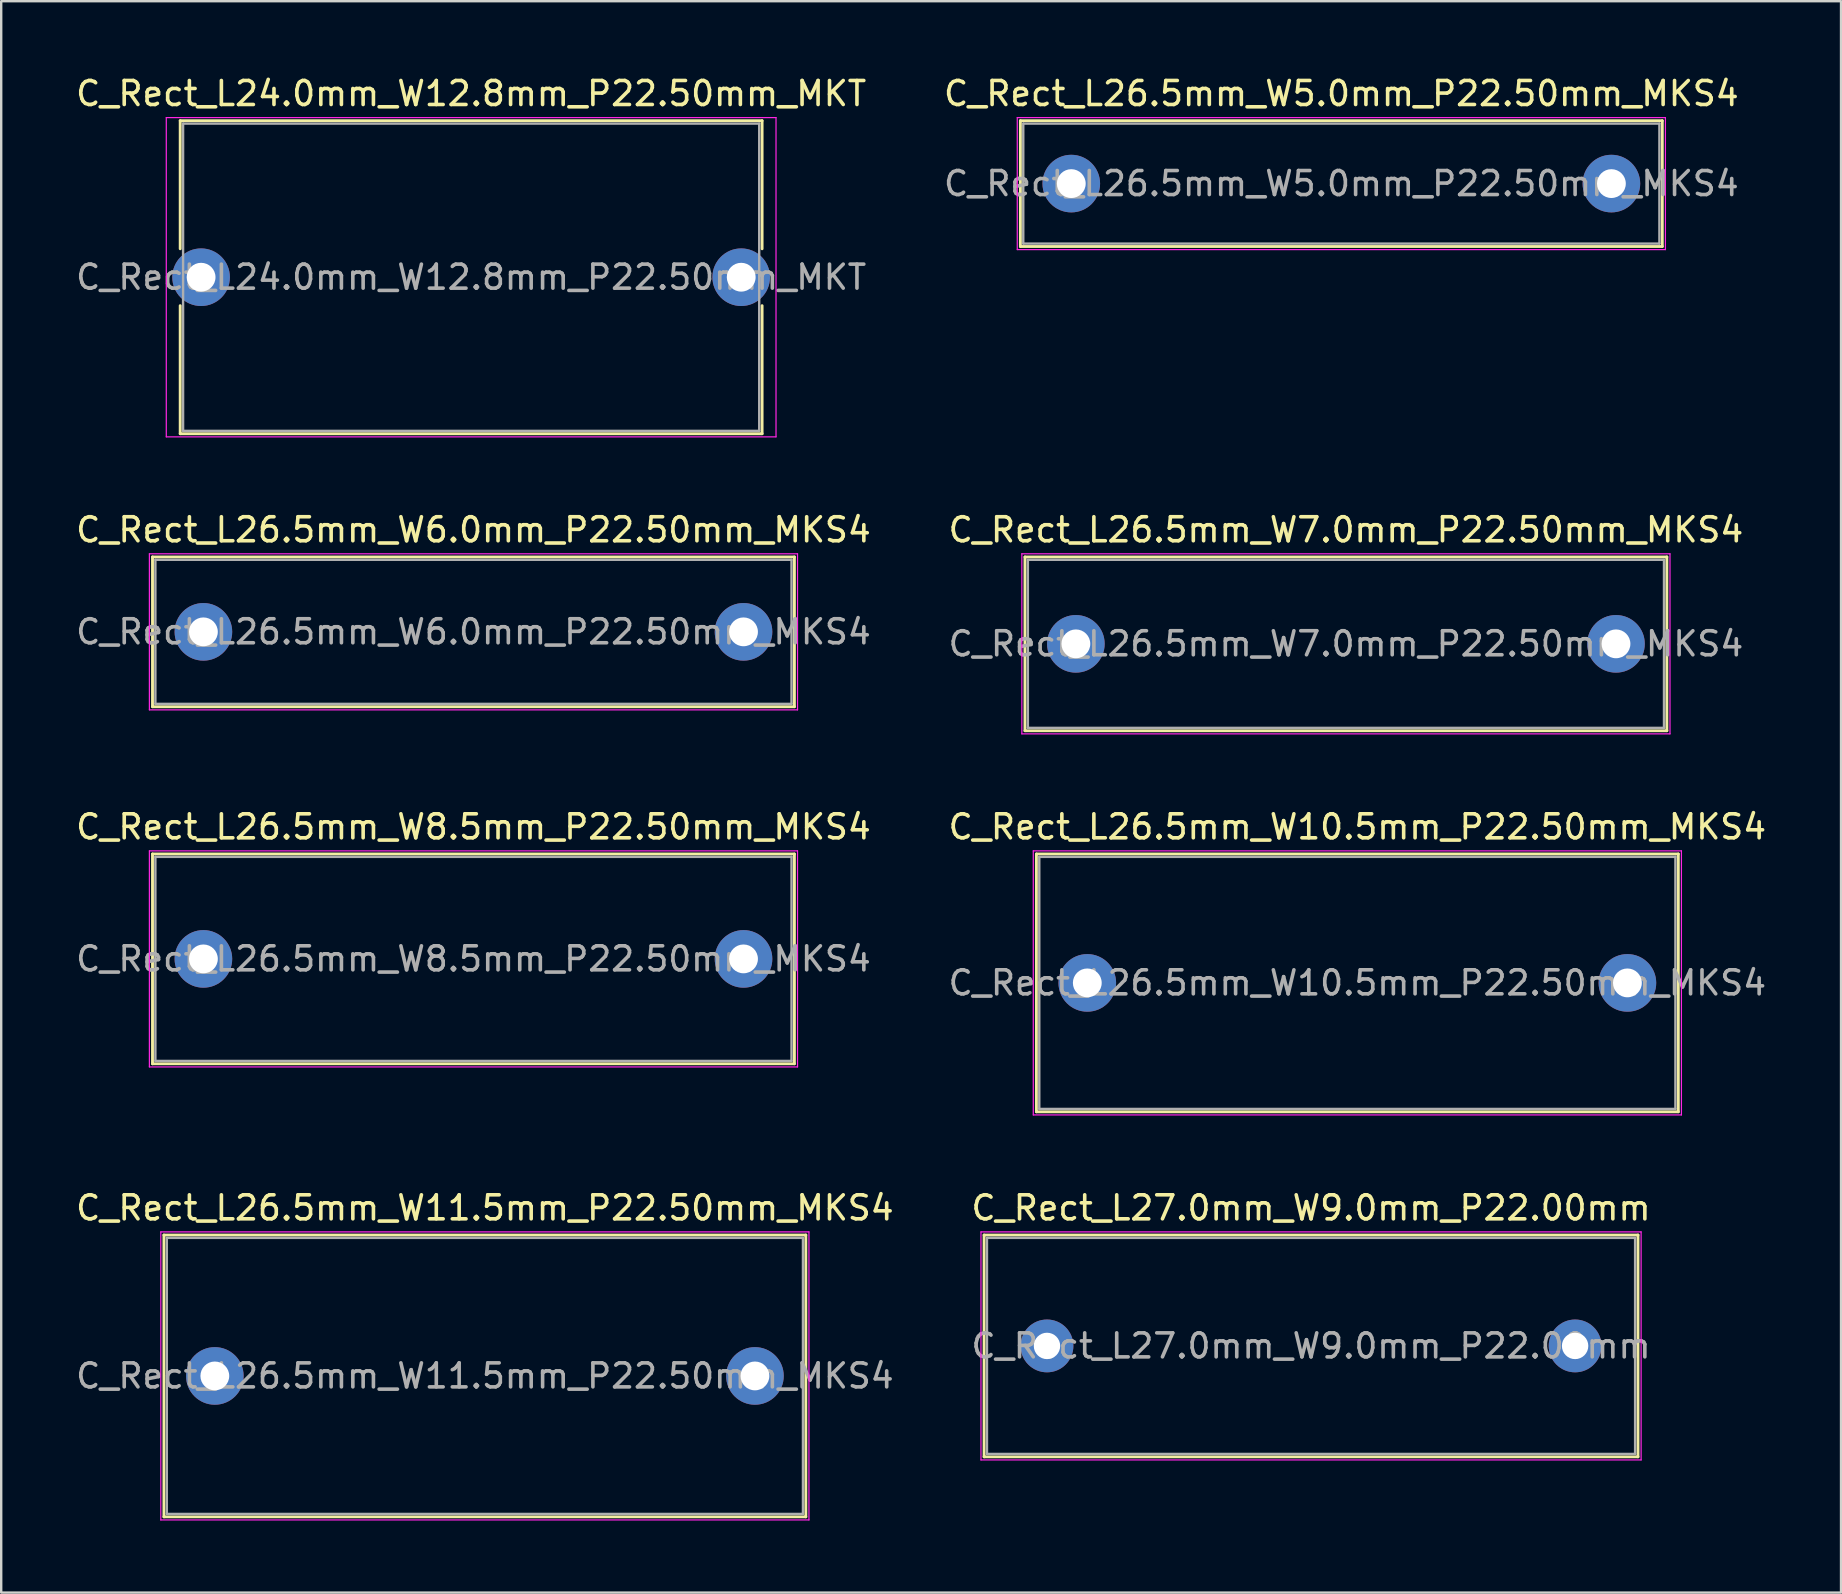
<source format=kicad_pcb>
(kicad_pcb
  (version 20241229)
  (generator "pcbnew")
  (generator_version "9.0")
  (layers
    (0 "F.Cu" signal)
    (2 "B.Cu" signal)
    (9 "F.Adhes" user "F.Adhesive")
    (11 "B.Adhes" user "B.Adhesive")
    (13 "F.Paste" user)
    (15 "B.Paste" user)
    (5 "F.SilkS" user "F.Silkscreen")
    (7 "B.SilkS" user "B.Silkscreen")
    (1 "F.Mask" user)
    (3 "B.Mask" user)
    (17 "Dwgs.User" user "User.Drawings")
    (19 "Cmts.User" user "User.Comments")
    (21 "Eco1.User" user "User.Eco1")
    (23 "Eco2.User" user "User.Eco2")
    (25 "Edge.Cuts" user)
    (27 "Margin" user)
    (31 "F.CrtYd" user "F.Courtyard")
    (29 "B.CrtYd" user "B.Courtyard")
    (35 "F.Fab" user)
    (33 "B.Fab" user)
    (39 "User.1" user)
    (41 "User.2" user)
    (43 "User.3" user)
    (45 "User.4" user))
  (footprint "C_Rect_L27.0mm_W9.0mm_P22.00mm"
    (layer "F.Cu")
    (at 40.565 53.018)
    (property "Reference" "C_Rect_L27.0mm_W9.0mm_P22.00mm" (at 11 -5.75 0) (layer "F.SilkS") (effects (font (size 1 1) (thickness 0.15))))
    (attr through_hole)
    (fp_line (start -2.62 -4.62) (end -2.62 4.62) (stroke (width 0.12) (type solid)) (layer "F.SilkS"))
    (fp_line (start -2.62 -4.62) (end 24.62 -4.62) (stroke (width 0.12) (type solid)) (layer "F.SilkS"))
    (fp_line (start -2.62 4.62) (end 24.62 4.62) (stroke (width 0.12) (type solid)) (layer "F.SilkS"))
    (fp_line (start 24.62 -4.62) (end 24.62 4.62) (stroke (width 0.12) (type solid)) (layer "F.SilkS"))
    (fp_line (start -2.75 -4.75) (end -2.75 4.75) (stroke (width 0.05) (type solid)) (layer "F.CrtYd"))
    (fp_line (start -2.75 4.75) (end 24.75 4.75) (stroke (width 0.05) (type solid)) (layer "F.CrtYd"))
    (fp_line (start 24.75 -4.75) (end -2.75 -4.75) (stroke (width 0.05) (type solid)) (layer "F.CrtYd"))
    (fp_line (start 24.75 4.75) (end 24.75 -4.75) (stroke (width 0.05) (type solid)) (layer "F.CrtYd"))
    (fp_line (start -2.5 -4.5) (end -2.5 4.5) (stroke (width 0.1) (type solid)) (layer "F.Fab"))
    (fp_line (start -2.5 4.5) (end 24.5 4.5) (stroke (width 0.1) (type solid)) (layer "F.Fab"))
    (fp_line (start 24.5 -4.5) (end -2.5 -4.5) (stroke (width 0.1) (type solid)) (layer "F.Fab"))
    (fp_line (start 24.5 4.5) (end 24.5 -4.5) (stroke (width 0.1) (type solid)) (layer "F.Fab"))
    (fp_text user "${REFERENCE}" (at 11 0 0) (layer "F.Fab") (effects (font (size 1 1) (thickness 0.15))))
    (pad "1" thru_hole circle (at 0 0) (size 2.2 2.2) (drill 1.1) (layers "*.Cu" "*.Mask"))
    (pad "2" thru_hole circle (at 22 0) (size 2.2 2.2) (drill 1.1) (layers "*.Cu" "*.Mask")))
  (footprint "C_Rect_L26.5mm_W11.5mm_P22.50mm_MKS4"
    (layer "F.Cu")
    (at 5.899 54.268)
    (property "Reference" "C_Rect_L26.5mm_W11.5mm_P22.50mm_MKS4" (at 11.25 -7 0) (layer "F.SilkS") (effects (font (size 1 1) (thickness 0.15))))
    (attr through_hole)
    (fp_line (start -2.12 -5.87) (end -2.12 5.87) (stroke (width 0.12) (type solid)) (layer "F.SilkS"))
    (fp_line (start -2.12 -5.87) (end 24.62 -5.87) (stroke (width 0.12) (type solid)) (layer "F.SilkS"))
    (fp_line (start -2.12 5.87) (end 24.62 5.87) (stroke (width 0.12) (type solid)) (layer "F.SilkS"))
    (fp_line (start 24.62 -5.87) (end 24.62 5.87) (stroke (width 0.12) (type solid)) (layer "F.SilkS"))
    (fp_line (start -2.25 -6) (end -2.25 6) (stroke (width 0.05) (type solid)) (layer "F.CrtYd"))
    (fp_line (start -2.25 6) (end 24.75 6) (stroke (width 0.05) (type solid)) (layer "F.CrtYd"))
    (fp_line (start 24.75 -6) (end -2.25 -6) (stroke (width 0.05) (type solid)) (layer "F.CrtYd"))
    (fp_line (start 24.75 6) (end 24.75 -6) (stroke (width 0.05) (type solid)) (layer "F.CrtYd"))
    (fp_line (start -2 -5.75) (end -2 5.75) (stroke (width 0.1) (type solid)) (layer "F.Fab"))
    (fp_line (start -2 5.75) (end 24.5 5.75) (stroke (width 0.1) (type solid)) (layer "F.Fab"))
    (fp_line (start 24.5 -5.75) (end -2 -5.75) (stroke (width 0.1) (type solid)) (layer "F.Fab"))
    (fp_line (start 24.5 5.75) (end 24.5 -5.75) (stroke (width 0.1) (type solid)) (layer "F.Fab"))
    (fp_text user "${REFERENCE}" (at 11.25 0 0) (layer "F.Fab") (effects (font (size 1 1) (thickness 0.15))))
    (pad "1" thru_hole circle (at 0 0) (size 2.4 2.4) (drill 1.2) (layers "*.Cu" "*.Mask"))
    (pad "2" thru_hole circle (at 22.5 0) (size 2.4 2.4) (drill 1.2) (layers "*.Cu" "*.Mask")))
  (footprint "C_Rect_L24.0mm_W12.8mm_P22.50mm_MKT"
    (layer "F.Cu")
    (at 5.327 8.498)
    (property "Reference" "C_Rect_L24.0mm_W12.8mm_P22.50mm_MKT" (at 11.25 -7.65 0) (layer "F.SilkS") (effects (font (size 1 1) (thickness 0.15))))
    (attr through_hole)
    (fp_line (start -0.87 -6.52) (end -0.87 -1.185) (stroke (width 0.12) (type solid)) (layer "F.SilkS"))
    (fp_line (start -0.87 -6.52) (end 23.37 -6.52) (stroke (width 0.12) (type solid)) (layer "F.SilkS"))
    (fp_line (start -0.87 1.185) (end -0.87 6.52) (stroke (width 0.12) (type solid)) (layer "F.SilkS"))
    (fp_line (start -0.87 6.52) (end 23.37 6.52) (stroke (width 0.12) (type solid)) (layer "F.SilkS"))
    (fp_line (start 23.37 -6.52) (end 23.37 -1.185) (stroke (width 0.12) (type solid)) (layer "F.SilkS"))
    (fp_line (start 23.37 1.185) (end 23.37 6.52) (stroke (width 0.12) (type solid)) (layer "F.SilkS"))
    (fp_line (start -1.45 -6.65) (end -1.45 6.65) (stroke (width 0.05) (type solid)) (layer "F.CrtYd"))
    (fp_line (start -1.45 6.65) (end 23.95 6.65) (stroke (width 0.05) (type solid)) (layer "F.CrtYd"))
    (fp_line (start 23.95 -6.65) (end -1.45 -6.65) (stroke (width 0.05) (type solid)) (layer "F.CrtYd"))
    (fp_line (start 23.95 6.65) (end 23.95 -6.65) (stroke (width 0.05) (type solid)) (layer "F.CrtYd"))
    (fp_line (start -0.75 -6.4) (end -0.75 6.4) (stroke (width 0.1) (type solid)) (layer "F.Fab"))
    (fp_line (start -0.75 6.4) (end 23.25 6.4) (stroke (width 0.1) (type solid)) (layer "F.Fab"))
    (fp_line (start 23.25 -6.4) (end -0.75 -6.4) (stroke (width 0.1) (type solid)) (layer "F.Fab"))
    (fp_line (start 23.25 6.4) (end 23.25 -6.4) (stroke (width 0.1) (type solid)) (layer "F.Fab"))
    (fp_text user "${REFERENCE}" (at 11.25 0 0) (layer "F.Fab") (effects (font (size 1 1) (thickness 0.15))))
    (pad "1" thru_hole circle (at 0 0) (size 2.4 2.4) (drill 1.2) (layers "*.Cu" "*.Mask"))
    (pad "2" thru_hole circle (at 22.5 0) (size 2.4 2.4) (drill 1.2) (layers "*.Cu" "*.Mask")))
  (footprint "C_Rect_L26.5mm_W6.0mm_P22.50mm_MKS4"
    (layer "F.Cu")
    (at 5.423 23.271)
    (property "Reference" "C_Rect_L26.5mm_W6.0mm_P22.50mm_MKS4" (at 11.25 -4.25 0) (layer "F.SilkS") (effects (font (size 1 1) (thickness 0.15))))
    (attr through_hole)
    (fp_line (start -2.12 -3.12) (end -2.12 3.12) (stroke (width 0.12) (type solid)) (layer "F.SilkS"))
    (fp_line (start -2.12 -3.12) (end 24.62 -3.12) (stroke (width 0.12) (type solid)) (layer "F.SilkS"))
    (fp_line (start -2.12 3.12) (end 24.62 3.12) (stroke (width 0.12) (type solid)) (layer "F.SilkS"))
    (fp_line (start 24.62 -3.12) (end 24.62 3.12) (stroke (width 0.12) (type solid)) (layer "F.SilkS"))
    (fp_line (start -2.25 -3.25) (end -2.25 3.25) (stroke (width 0.05) (type solid)) (layer "F.CrtYd"))
    (fp_line (start -2.25 3.25) (end 24.75 3.25) (stroke (width 0.05) (type solid)) (layer "F.CrtYd"))
    (fp_line (start 24.75 -3.25) (end -2.25 -3.25) (stroke (width 0.05) (type solid)) (layer "F.CrtYd"))
    (fp_line (start 24.75 3.25) (end 24.75 -3.25) (stroke (width 0.05) (type solid)) (layer "F.CrtYd"))
    (fp_line (start -2 -3) (end -2 3) (stroke (width 0.1) (type solid)) (layer "F.Fab"))
    (fp_line (start -2 3) (end 24.5 3) (stroke (width 0.1) (type solid)) (layer "F.Fab"))
    (fp_line (start 24.5 -3) (end -2 -3) (stroke (width 0.1) (type solid)) (layer "F.Fab"))
    (fp_line (start 24.5 3) (end 24.5 -3) (stroke (width 0.1) (type solid)) (layer "F.Fab"))
    (fp_text user "${REFERENCE}" (at 11.25 0 0) (layer "F.Fab") (effects (font (size 1 1) (thickness 0.15))))
    (pad "1" thru_hole circle (at 0 0) (size 2.4 2.4) (drill 1.2) (layers "*.Cu" "*.Mask"))
    (pad "2" thru_hole circle (at 22.5 0) (size 2.4 2.4) (drill 1.2) (layers "*.Cu" "*.Mask")))
  (footprint "C_Rect_L26.5mm_W7.0mm_P22.50mm_MKS4"
    (layer "F.Cu")
    (at 41.768 23.771)
    (property "Reference" "C_Rect_L26.5mm_W7.0mm_P22.50mm_MKS4" (at 11.25 -4.75 0) (layer "F.SilkS") (effects (font (size 1 1) (thickness 0.15))))
    (attr through_hole)
    (fp_line (start -2.12 -3.62) (end -2.12 3.62) (stroke (width 0.12) (type solid)) (layer "F.SilkS"))
    (fp_line (start -2.12 -3.62) (end 24.62 -3.62) (stroke (width 0.12) (type solid)) (layer "F.SilkS"))
    (fp_line (start -2.12 3.62) (end 24.62 3.62) (stroke (width 0.12) (type solid)) (layer "F.SilkS"))
    (fp_line (start 24.62 -3.62) (end 24.62 3.62) (stroke (width 0.12) (type solid)) (layer "F.SilkS"))
    (fp_line (start -2.25 -3.75) (end -2.25 3.75) (stroke (width 0.05) (type solid)) (layer "F.CrtYd"))
    (fp_line (start -2.25 3.75) (end 24.75 3.75) (stroke (width 0.05) (type solid)) (layer "F.CrtYd"))
    (fp_line (start 24.75 -3.75) (end -2.25 -3.75) (stroke (width 0.05) (type solid)) (layer "F.CrtYd"))
    (fp_line (start 24.75 3.75) (end 24.75 -3.75) (stroke (width 0.05) (type solid)) (layer "F.CrtYd"))
    (fp_line (start -2 -3.5) (end -2 3.5) (stroke (width 0.1) (type solid)) (layer "F.Fab"))
    (fp_line (start -2 3.5) (end 24.5 3.5) (stroke (width 0.1) (type solid)) (layer "F.Fab"))
    (fp_line (start 24.5 -3.5) (end -2 -3.5) (stroke (width 0.1) (type solid)) (layer "F.Fab"))
    (fp_line (start 24.5 3.5) (end 24.5 -3.5) (stroke (width 0.1) (type solid)) (layer "F.Fab"))
    (fp_text user "${REFERENCE}" (at 11.25 0 0) (layer "F.Fab") (effects (font (size 1 1) (thickness 0.15))))
    (pad "1" thru_hole circle (at 0 0) (size 2.4 2.4) (drill 1.2) (layers "*.Cu" "*.Mask"))
    (pad "2" thru_hole circle (at 22.5 0) (size 2.4 2.4) (drill 1.2) (layers "*.Cu" "*.Mask")))
  (footprint "C_Rect_L26.5mm_W10.5mm_P22.50mm_MKS4"
    (layer "F.Cu")
    (at 42.244 37.895)
    (property "Reference" "C_Rect_L26.5mm_W10.5mm_P22.50mm_MKS4" (at 11.25 -6.5 0) (layer "F.SilkS") (effects (font (size 1 1) (thickness 0.15))))
    (attr through_hole)
    (fp_line (start -2.12 -5.37) (end -2.12 5.37) (stroke (width 0.12) (type solid)) (layer "F.SilkS"))
    (fp_line (start -2.12 -5.37) (end 24.62 -5.37) (stroke (width 0.12) (type solid)) (layer "F.SilkS"))
    (fp_line (start -2.12 5.37) (end 24.62 5.37) (stroke (width 0.12) (type solid)) (layer "F.SilkS"))
    (fp_line (start 24.62 -5.37) (end 24.62 5.37) (stroke (width 0.12) (type solid)) (layer "F.SilkS"))
    (fp_line (start -2.25 -5.5) (end -2.25 5.5) (stroke (width 0.05) (type solid)) (layer "F.CrtYd"))
    (fp_line (start -2.25 5.5) (end 24.75 5.5) (stroke (width 0.05) (type solid)) (layer "F.CrtYd"))
    (fp_line (start 24.75 -5.5) (end -2.25 -5.5) (stroke (width 0.05) (type solid)) (layer "F.CrtYd"))
    (fp_line (start 24.75 5.5) (end 24.75 -5.5) (stroke (width 0.05) (type solid)) (layer "F.CrtYd"))
    (fp_line (start -2 -5.25) (end -2 5.25) (stroke (width 0.1) (type solid)) (layer "F.Fab"))
    (fp_line (start -2 5.25) (end 24.5 5.25) (stroke (width 0.1) (type solid)) (layer "F.Fab"))
    (fp_line (start 24.5 -5.25) (end -2 -5.25) (stroke (width 0.1) (type solid)) (layer "F.Fab"))
    (fp_line (start 24.5 5.25) (end 24.5 -5.25) (stroke (width 0.1) (type solid)) (layer "F.Fab"))
    (fp_text user "${REFERENCE}" (at 11.25 0 0) (layer "F.Fab") (effects (font (size 1 1) (thickness 0.15))))
    (pad "1" thru_hole circle (at 0 0) (size 2.4 2.4) (drill 1.2) (layers "*.Cu" "*.Mask"))
    (pad "2" thru_hole circle (at 22.5 0) (size 2.4 2.4) (drill 1.2) (layers "*.Cu" "*.Mask")))
  (footprint "C_Rect_L26.5mm_W8.5mm_P22.50mm_MKS4"
    (layer "F.Cu")
    (at 5.423 36.895)
    (property "Reference" "C_Rect_L26.5mm_W8.5mm_P22.50mm_MKS4" (at 11.25 -5.5 0) (layer "F.SilkS") (effects (font (size 1 1) (thickness 0.15))))
    (attr through_hole)
    (fp_line (start -2.12 -4.37) (end -2.12 4.37) (stroke (width 0.12) (type solid)) (layer "F.SilkS"))
    (fp_line (start -2.12 -4.37) (end 24.62 -4.37) (stroke (width 0.12) (type solid)) (layer "F.SilkS"))
    (fp_line (start -2.12 4.37) (end 24.62 4.37) (stroke (width 0.12) (type solid)) (layer "F.SilkS"))
    (fp_line (start 24.62 -4.37) (end 24.62 4.37) (stroke (width 0.12) (type solid)) (layer "F.SilkS"))
    (fp_line (start -2.25 -4.5) (end -2.25 4.5) (stroke (width 0.05) (type solid)) (layer "F.CrtYd"))
    (fp_line (start -2.25 4.5) (end 24.75 4.5) (stroke (width 0.05) (type solid)) (layer "F.CrtYd"))
    (fp_line (start 24.75 -4.5) (end -2.25 -4.5) (stroke (width 0.05) (type solid)) (layer "F.CrtYd"))
    (fp_line (start 24.75 4.5) (end 24.75 -4.5) (stroke (width 0.05) (type solid)) (layer "F.CrtYd"))
    (fp_line (start -2 -4.25) (end -2 4.25) (stroke (width 0.1) (type solid)) (layer "F.Fab"))
    (fp_line (start -2 4.25) (end 24.5 4.25) (stroke (width 0.1) (type solid)) (layer "F.Fab"))
    (fp_line (start 24.5 -4.25) (end -2 -4.25) (stroke (width 0.1) (type solid)) (layer "F.Fab"))
    (fp_line (start 24.5 4.25) (end 24.5 -4.25) (stroke (width 0.1) (type solid)) (layer "F.Fab"))
    (fp_text user "${REFERENCE}" (at 11.25 0 0) (layer "F.Fab") (effects (font (size 1 1) (thickness 0.15))))
    (pad "1" thru_hole circle (at 0 0) (size 2.4 2.4) (drill 1.2) (layers "*.Cu" "*.Mask"))
    (pad "2" thru_hole circle (at 22.5 0) (size 2.4 2.4) (drill 1.2) (layers "*.Cu" "*.Mask")))
  (footprint "C_Rect_L26.5mm_W5.0mm_P22.50mm_MKS4"
    (layer "F.Cu")
    (at 41.577 4.598)
    (property "Reference" "C_Rect_L26.5mm_W5.0mm_P22.50mm_MKS4" (at 11.25 -3.75 0) (layer "F.SilkS") (effects (font (size 1 1) (thickness 0.15))))
    (attr through_hole)
    (fp_line (start -2.12 -2.62) (end -2.12 2.62) (stroke (width 0.12) (type solid)) (layer "F.SilkS"))
    (fp_line (start -2.12 -2.62) (end 24.62 -2.62) (stroke (width 0.12) (type solid)) (layer "F.SilkS"))
    (fp_line (start -2.12 2.62) (end 24.62 2.62) (stroke (width 0.12) (type solid)) (layer "F.SilkS"))
    (fp_line (start 24.62 -2.62) (end 24.62 2.62) (stroke (width 0.12) (type solid)) (layer "F.SilkS"))
    (fp_line (start -2.25 -2.75) (end -2.25 2.75) (stroke (width 0.05) (type solid)) (layer "F.CrtYd"))
    (fp_line (start -2.25 2.75) (end 24.75 2.75) (stroke (width 0.05) (type solid)) (layer "F.CrtYd"))
    (fp_line (start 24.75 -2.75) (end -2.25 -2.75) (stroke (width 0.05) (type solid)) (layer "F.CrtYd"))
    (fp_line (start 24.75 2.75) (end 24.75 -2.75) (stroke (width 0.05) (type solid)) (layer "F.CrtYd"))
    (fp_line (start -2 -2.5) (end -2 2.5) (stroke (width 0.1) (type solid)) (layer "F.Fab"))
    (fp_line (start -2 2.5) (end 24.5 2.5) (stroke (width 0.1) (type solid)) (layer "F.Fab"))
    (fp_line (start 24.5 -2.5) (end -2 -2.5) (stroke (width 0.1) (type solid)) (layer "F.Fab"))
    (fp_line (start 24.5 2.5) (end 24.5 -2.5) (stroke (width 0.1) (type solid)) (layer "F.Fab"))
    (fp_text user "${REFERENCE}" (at 11.25 0 0) (layer "F.Fab") (effects (font (size 1 1) (thickness 0.15))))
    (pad "1" thru_hole circle (at 0 0) (size 2.4 2.4) (drill 1.2) (layers "*.Cu" "*.Mask"))
    (pad "2" thru_hole circle (at 22.5 0) (size 2.4 2.4) (drill 1.2) (layers "*.Cu" "*.Mask")))
  (gr_rect
    (start -3 -3)
    (end 73.643 63.293)
    (stroke (width 0.1) (type default))
    (fill no)
    (layer "Edge.Cuts")))
</source>
